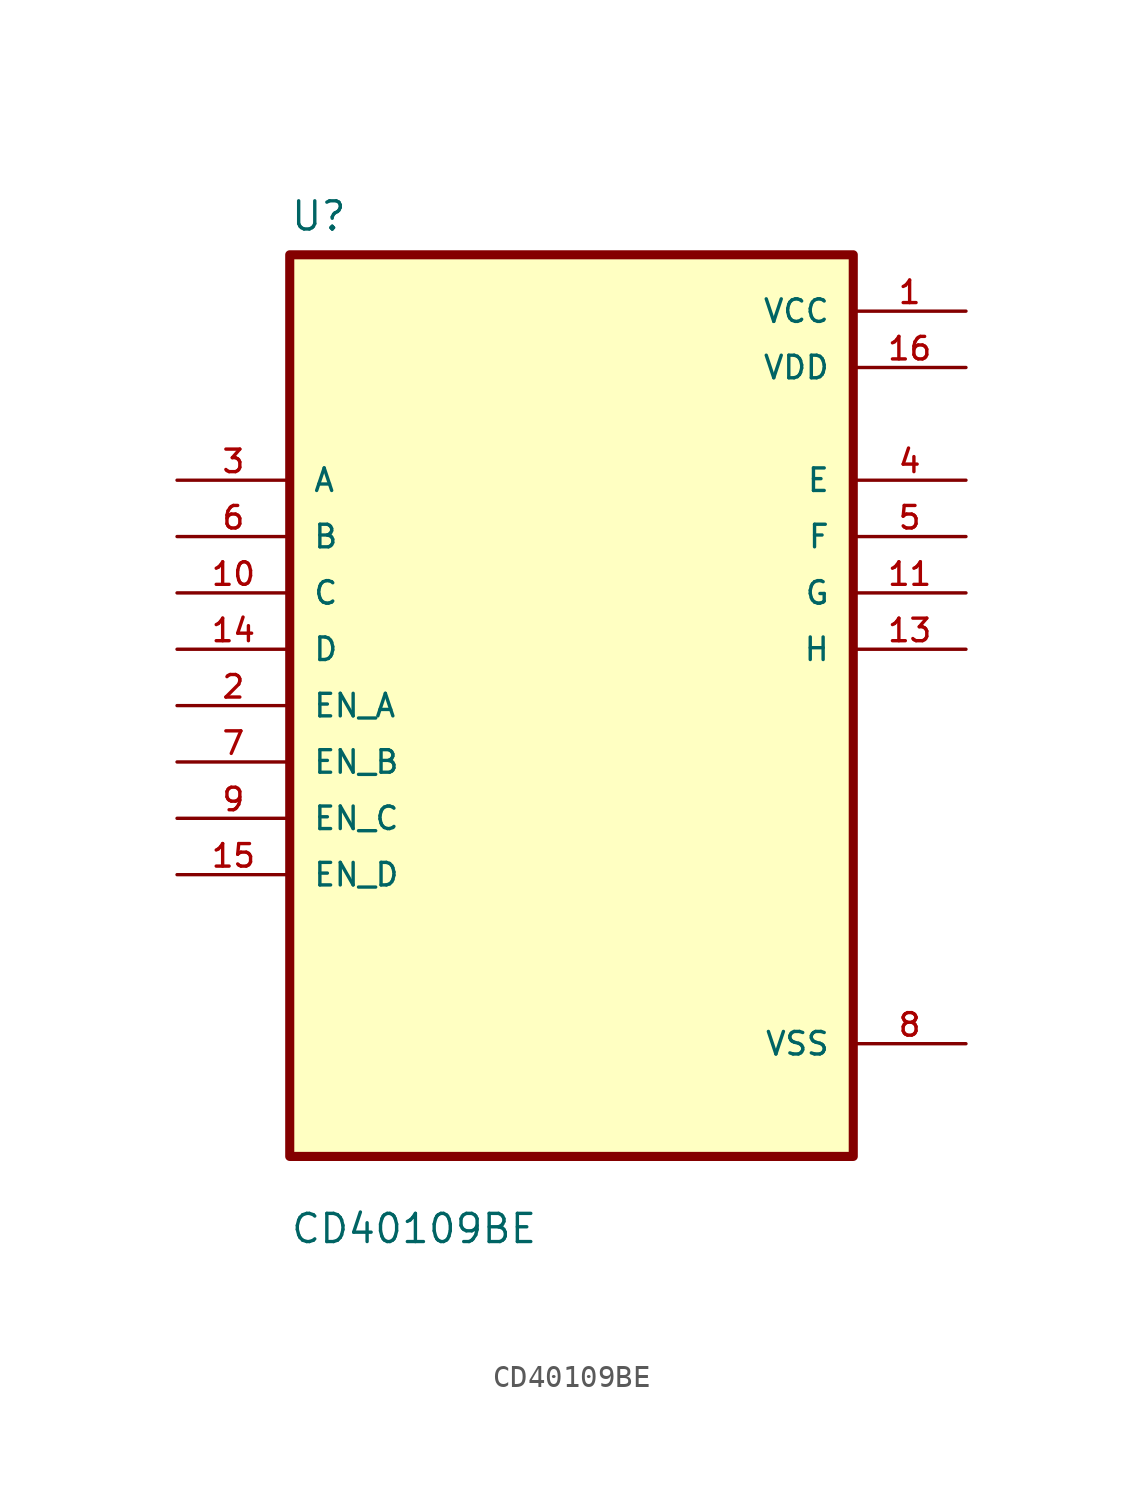
<source format=kicad_sym>
(kicad_symbol_lib
  (version 20211014)
  (generator kicad_symbol_editor)
  (symbol "CD40109BE"
    (pin_names
      (offset 1.016))
    (property "Reference" "U"
      (at -12.7 21.32 0.0)
      (effects (font (size 1.27 1.27)) (justify bottom left)))
    (property "Value" "CD40109BE"
      (at -12.7 -24.32 0.0)
      (effects (font (size 1.27 1.27)) (justify bottom left)))
    (symbol "CD40109BE_0_0"
      (rectangle (start -12.7 -20.32) (end 12.7 20.32) (stroke (width 0.41)) (fill (type background)))
      (pin input line (at -17.78 10.16 0) (length 5.08) (name "A" (effects (font (size 1.016 1.016)))) (number "3" (effects (font (size 1.016 1.016)))))
      (pin input line (at -17.78 7.62 0) (length 5.08) (name "B" (effects (font (size 1.016 1.016)))) (number "6" (effects (font (size 1.016 1.016)))))
      (pin input line (at -17.78 5.08 0) (length 5.08) (name "C" (effects (font (size 1.016 1.016)))) (number "10" (effects (font (size 1.016 1.016)))))
      (pin input line (at -17.78 2.54 0) (length 5.08) (name "D" (effects (font (size 1.016 1.016)))) (number "14" (effects (font (size 1.016 1.016)))))
      (pin input line (at -17.78 0.0 0) (length 5.08) (name "EN_A" (effects (font (size 1.016 1.016)))) (number "2" (effects (font (size 1.016 1.016)))))
      (pin input line (at -17.78 -2.54 0) (length 5.08) (name "EN_B" (effects (font (size 1.016 1.016)))) (number "7" (effects (font (size 1.016 1.016)))))
      (pin input line (at -17.78 -5.08 0) (length 5.08) (name "EN_C" (effects (font (size 1.016 1.016)))) (number "9" (effects (font (size 1.016 1.016)))))
      (pin input line (at -17.78 -7.62 0) (length 5.08) (name "EN_D" (effects (font (size 1.016 1.016)))) (number "15" (effects (font (size 1.016 1.016)))))
      (pin power_in line (at 17.78 17.78 180.0) (length 5.08) (name "VCC" (effects (font (size 1.016 1.016)))) (number "1" (effects (font (size 1.016 1.016)))))
      (pin power_in line (at 17.78 15.24 180.0) (length 5.08) (name "VDD" (effects (font (size 1.016 1.016)))) (number "16" (effects (font (size 1.016 1.016)))))
      (pin output line (at 17.78 10.16 180.0) (length 5.08) (name "E" (effects (font (size 1.016 1.016)))) (number "4" (effects (font (size 1.016 1.016)))))
      (pin output line (at 17.78 7.62 180.0) (length 5.08) (name "F" (effects (font (size 1.016 1.016)))) (number "5" (effects (font (size 1.016 1.016)))))
      (pin output line (at 17.78 5.08 180.0) (length 5.08) (name "G" (effects (font (size 1.016 1.016)))) (number "11" (effects (font (size 1.016 1.016)))))
      (pin output line (at 17.78 2.54 180.0) (length 5.08) (name "H" (effects (font (size 1.016 1.016)))) (number "13" (effects (font (size 1.016 1.016)))))
      (pin power_in line (at 17.78 -15.24 180.0) (length 5.08) (name "VSS" (effects (font (size 1.016 1.016)))) (number "8" (effects (font (size 1.016 1.016))))))))
</source>
